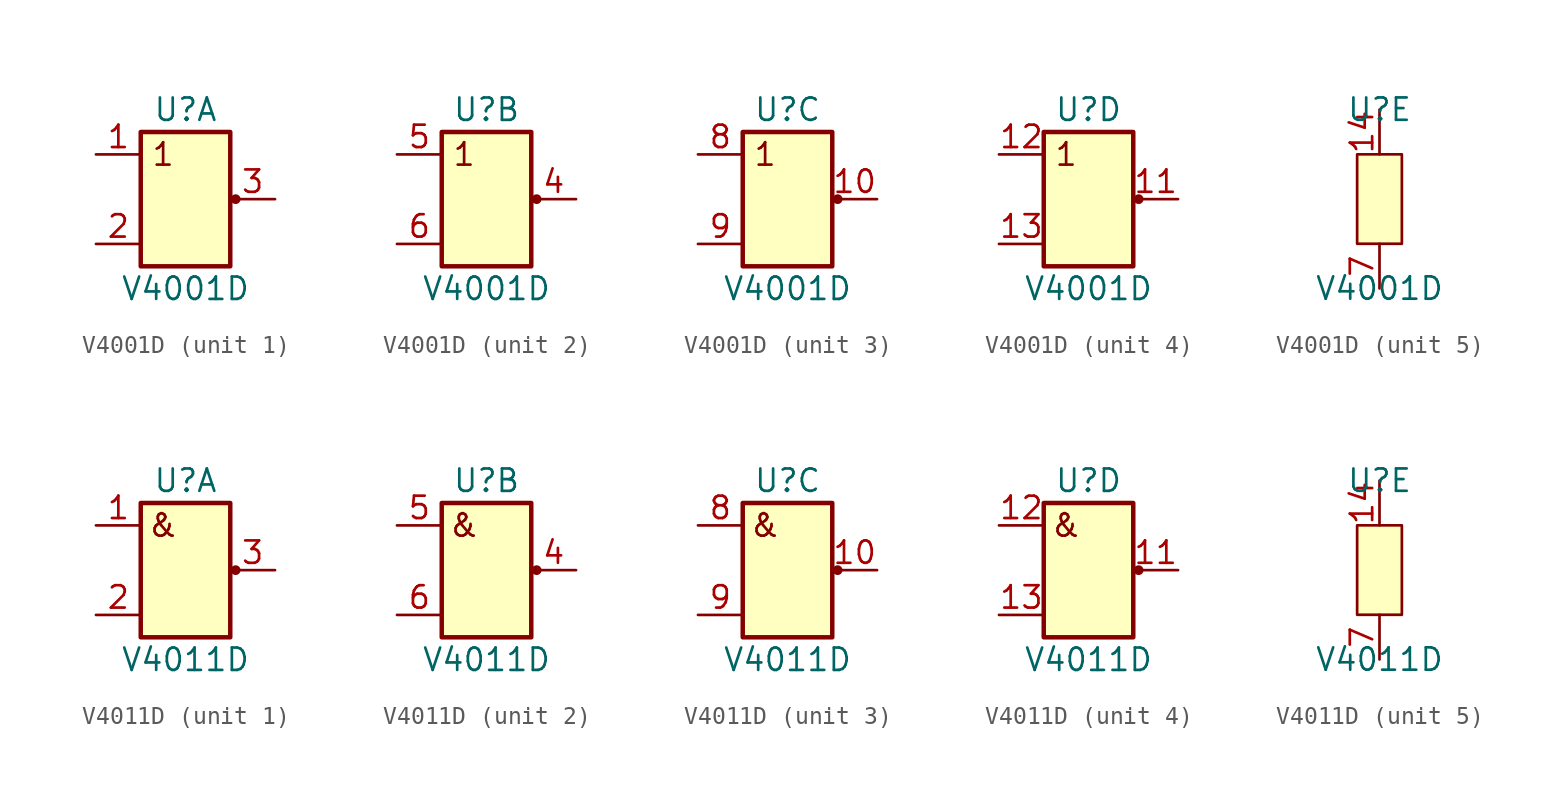
<source format=kicad_sym>
(kicad_symbol_lib
  (version 20211014)
  (generator kicad_symbol_editor)
  (symbol "V4001D"
    (pin_names
      (offset 1.016) hide)
    (property "Reference" "U"
      (at 0 5.08 0)
      (effects (font (size 1.27 1.27))))
    (property "Value" "V4001D"
      (at 0 -5.08 0)
      (effects (font (size 1.27 1.27))))
    (property "ki_locked" ""
      (at 0 0 0)
      (effects (font (size 1.27 1.27))))
    (symbol "V4001D_1_0"
      (pin output line (at 5.08 0 180) (length 2.54) (name "Y1" (effects (font (size 1.27 1.27)))) (number "3" (effects (font (size 1.27 1.27))))))
    (symbol "V4001D_1_1"
      (rectangle (start -2.54 3.81) (end 2.54 -3.81) (stroke (width 0.254) (type default) (color 0 0 0 0)) (fill (type background)))
      (circle (center 2.845 0) (radius 0.203) (stroke (width 0) (type default) (color 0 0 0 0)) (fill (type outline)))
      (text "1" (at -1.27 2.54 0) (effects (font (size 1.27 1.27))))
      (pin input line (at -5.08 2.54 0) (length 2.54) (name "A1" (effects (font (size 1.27 1.27)))) (number "1" (effects (font (size 1.27 1.27)))))
      (pin input line (at -5.08 -2.54 0) (length 2.54) (name "B1" (effects (font (size 1.27 1.27)))) (number "2" (effects (font (size 1.27 1.27))))))
    (symbol "V4001D_2_0"
      (pin output line (at 5.08 0 180) (length 2.54) (name "Y2" (effects (font (size 1.27 1.27)))) (number "4" (effects (font (size 1.27 1.27)))))
      (pin input line (at -5.08 2.54 0) (length 2.54) (name "A2" (effects (font (size 1.27 1.27)))) (number "5" (effects (font (size 1.27 1.27)))))
      (pin input line (at -5.08 -2.54 0) (length 2.54) (name "B2" (effects (font (size 1.27 1.27)))) (number "6" (effects (font (size 1.27 1.27))))))
    (symbol "V4001D_2_1"
      (rectangle (start -2.54 3.81) (end 2.54 -3.81) (stroke (width 0.254) (type default) (color 0 0 0 0)) (fill (type background)))
      (circle (center 2.845 0) (radius 0.203) (stroke (width 0) (type default) (color 0 0 0 0)) (fill (type outline)))
      (text "1" (at -1.27 2.54 0) (effects (font (size 1.27 1.27)))))
    (symbol "V4001D_3_0"
      (pin output line (at 5.08 0 180) (length 2.54) (name "Y3" (effects (font (size 1.27 1.27)))) (number "10" (effects (font (size 1.27 1.27))))))
    (symbol "V4001D_3_1"
      (rectangle (start -2.54 3.81) (end 2.54 -3.81) (stroke (width 0.254) (type default) (color 0 0 0 0)) (fill (type background)))
      (circle (center 2.845 0) (radius 0.203) (stroke (width 0) (type default) (color 0 0 0 0)) (fill (type outline)))
      (text "1" (at -1.27 2.54 0) (effects (font (size 1.27 1.27))))
      (pin input line (at -5.08 2.54 0) (length 2.54) (name "A3" (effects (font (size 1.27 1.27)))) (number "8" (effects (font (size 1.27 1.27)))))
      (pin input line (at -5.08 -2.54 0) (length 2.54) (name "B3" (effects (font (size 1.27 1.27)))) (number "9" (effects (font (size 1.27 1.27))))))
    (symbol "V4001D_4_0"
      (pin output line (at 5.08 0 180) (length 2.54) (name "Y4" (effects (font (size 1.27 1.27)))) (number "11" (effects (font (size 1.27 1.27))))))
    (symbol "V4001D_4_1"
      (rectangle (start -2.54 3.81) (end 2.54 -3.81) (stroke (width 0.254) (type default) (color 0 0 0 0)) (fill (type background)))
      (circle (center 2.845 0) (radius 0.203) (stroke (width 0) (type default) (color 0 0 0 0)) (fill (type outline)))
      (text "1" (at -1.27 2.54 0) (effects (font (size 1.27 1.27))))
      (pin input line (at -5.08 2.54 0) (length 2.54) (name "A4" (effects (font (size 1.27 1.27)))) (number "12" (effects (font (size 1.27 1.27)))))
      (pin input line (at -5.08 -2.54 0) (length 2.54) (name "B4" (effects (font (size 1.27 1.27)))) (number "13" (effects (font (size 1.27 1.27))))))
    (symbol "V4001D_5_1"
      (rectangle (start -1.27 2.54) (end 1.27 -2.54) (stroke (width 0) (type default) (color 0 0 0 0)) (fill (type background)))
      (pin power_in line (at 0 5.08 270) (length 2.54) (name "Vcc" (effects (font (size 1.27 1.27)))) (number "14" (effects (font (size 1.27 1.27)))))
      (pin power_in line (at 0 -5.08 90) (length 2.54) (name "GND" (effects (font (size 1.27 1.27)))) (number "7" (effects (font (size 1.27 1.27)))))))
  (symbol "V4011D"
    (pin_names
      (offset 1.016) hide)
    (property "Reference" "U"
      (at 0 5.08 0)
      (effects (font (size 1.27 1.27))))
    (property "Value" "V4011D"
      (at 0 -5.08 0)
      (effects (font (size 1.27 1.27))))
    (property "ki_locked" ""
      (at 0 0 0)
      (effects (font (size 1.27 1.27))))
    (symbol "V4011D_1_0"
      (pin output line (at 5.08 0 180) (length 2.54) (name "Y1" (effects (font (size 1.27 1.27)))) (number "3" (effects (font (size 1.27 1.27))))))
    (symbol "V4011D_1_1"
      (rectangle (start -2.54 3.81) (end 2.54 -3.81) (stroke (width 0.254) (type default) (color 0 0 0 0)) (fill (type background)))
      (circle (center 2.845 0) (radius 0.203) (stroke (width 0) (type default) (color 0 0 0 0)) (fill (type outline)))
      (text "&" (at -1.27 2.54 0) (effects (font (size 1.27 1.27))))
      (pin input line (at -5.08 2.54 0) (length 2.54) (name "A1" (effects (font (size 1.27 1.27)))) (number "1" (effects (font (size 1.27 1.27)))))
      (pin input line (at -5.08 -2.54 0) (length 2.54) (name "B1" (effects (font (size 1.27 1.27)))) (number "2" (effects (font (size 1.27 1.27))))))
    (symbol "V4011D_2_0"
      (pin output line (at 5.08 0 180) (length 2.54) (name "Y2" (effects (font (size 1.27 1.27)))) (number "4" (effects (font (size 1.27 1.27)))))
      (pin input line (at -5.08 2.54 0) (length 2.54) (name "A2" (effects (font (size 1.27 1.27)))) (number "5" (effects (font (size 1.27 1.27)))))
      (pin input line (at -5.08 -2.54 0) (length 2.54) (name "B2" (effects (font (size 1.27 1.27)))) (number "6" (effects (font (size 1.27 1.27))))))
    (symbol "V4011D_2_1"
      (rectangle (start -2.54 3.81) (end 2.54 -3.81) (stroke (width 0.254) (type default) (color 0 0 0 0)) (fill (type background)))
      (circle (center 2.845 0) (radius 0.203) (stroke (width 0) (type default) (color 0 0 0 0)) (fill (type outline)))
      (text "&" (at -1.27 2.54 0) (effects (font (size 1.27 1.27)))))
    (symbol "V4011D_3_0"
      (pin output line (at 5.08 0 180) (length 2.54) (name "Y3" (effects (font (size 1.27 1.27)))) (number "10" (effects (font (size 1.27 1.27))))))
    (symbol "V4011D_3_1"
      (rectangle (start -2.54 3.81) (end 2.54 -3.81) (stroke (width 0.254) (type default) (color 0 0 0 0)) (fill (type background)))
      (circle (center 2.845 0) (radius 0.203) (stroke (width 0) (type default) (color 0 0 0 0)) (fill (type outline)))
      (text "&" (at -1.27 2.54 0) (effects (font (size 1.27 1.27))))
      (pin input line (at -5.08 2.54 0) (length 2.54) (name "A3" (effects (font (size 1.27 1.27)))) (number "8" (effects (font (size 1.27 1.27)))))
      (pin input line (at -5.08 -2.54 0) (length 2.54) (name "B3" (effects (font (size 1.27 1.27)))) (number "9" (effects (font (size 1.27 1.27))))))
    (symbol "V4011D_4_0"
      (pin output line (at 5.08 0 180) (length 2.54) (name "Y4" (effects (font (size 1.27 1.27)))) (number "11" (effects (font (size 1.27 1.27))))))
    (symbol "V4011D_4_1"
      (rectangle (start -2.54 3.81) (end 2.54 -3.81) (stroke (width 0.254) (type default) (color 0 0 0 0)) (fill (type background)))
      (circle (center 2.845 0) (radius 0.203) (stroke (width 0) (type default) (color 0 0 0 0)) (fill (type outline)))
      (text "&" (at -1.27 2.54 0) (effects (font (size 1.27 1.27))))
      (pin input line (at -5.08 2.54 0) (length 2.54) (name "A4" (effects (font (size 1.27 1.27)))) (number "12" (effects (font (size 1.27 1.27)))))
      (pin input line (at -5.08 -2.54 0) (length 2.54) (name "B4" (effects (font (size 1.27 1.27)))) (number "13" (effects (font (size 1.27 1.27))))))
    (symbol "V4011D_5_1"
      (rectangle (start -1.27 2.54) (end 1.27 -2.54) (stroke (width 0) (type default) (color 0 0 0 0)) (fill (type background)))
      (pin power_in line (at 0 5.08 270) (length 2.54) (name "Vcc" (effects (font (size 1.27 1.27)))) (number "14" (effects (font (size 1.27 1.27)))))
      (pin power_in line (at 0 -5.08 90) (length 2.54) (name "GND" (effects (font (size 1.27 1.27)))) (number "7" (effects (font (size 1.27 1.27))))))))
</source>
